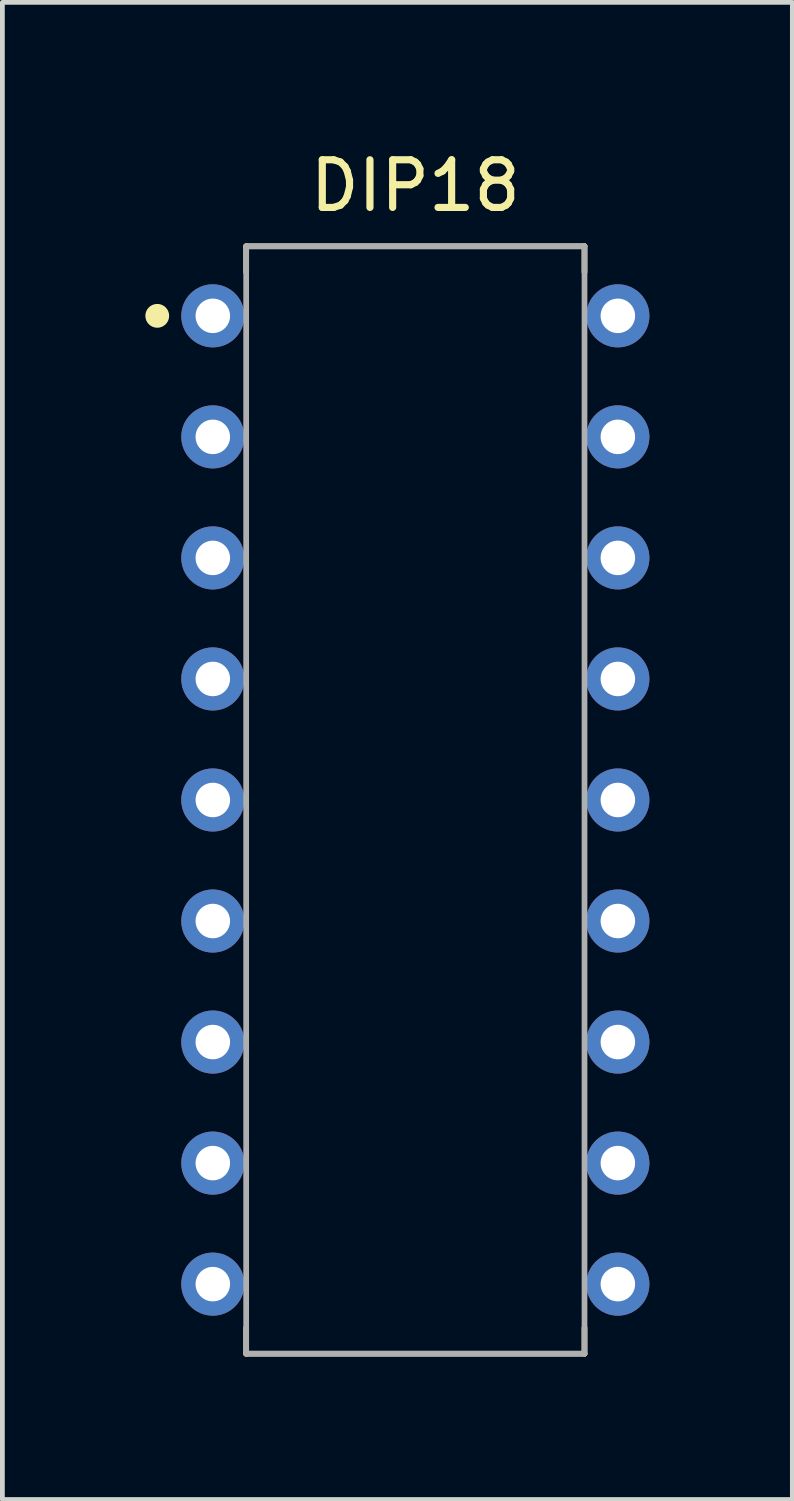
<source format=kicad_pcb>
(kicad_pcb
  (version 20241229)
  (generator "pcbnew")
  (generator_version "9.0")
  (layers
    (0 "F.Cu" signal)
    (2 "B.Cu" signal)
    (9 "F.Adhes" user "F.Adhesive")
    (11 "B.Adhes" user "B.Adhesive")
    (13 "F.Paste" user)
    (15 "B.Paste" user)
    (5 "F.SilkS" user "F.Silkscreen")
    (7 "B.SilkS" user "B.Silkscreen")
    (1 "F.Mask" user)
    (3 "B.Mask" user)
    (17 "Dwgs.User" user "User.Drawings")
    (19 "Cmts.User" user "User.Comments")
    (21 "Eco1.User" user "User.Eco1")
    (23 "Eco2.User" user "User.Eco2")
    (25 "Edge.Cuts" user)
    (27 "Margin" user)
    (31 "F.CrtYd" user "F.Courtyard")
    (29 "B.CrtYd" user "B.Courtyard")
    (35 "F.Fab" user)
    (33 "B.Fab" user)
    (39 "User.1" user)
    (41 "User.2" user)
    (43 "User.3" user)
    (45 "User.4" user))
  (footprint "DIP18"
    (layer "F.Cu")
    (at 5.666 13.738)
    (property "Reference" "DIP18" (at 0 -12.89 0) (layer "F.SilkS") (effects (font (size 1 1) (thickness 0.15))))
    (attr through_hole)
    (fp_line (start -3.55 -11.62) (end 3.55 -11.62) (stroke (width 0.12) (type solid)) (layer "F.SilkS"))
    (fp_line (start -3.55 -11.076) (end -3.55 -11.62) (stroke (width 0.12) (type solid)) (layer "F.SilkS"))
    (fp_line (start -3.55 11.076) (end -3.55 11.62) (stroke (width 0.12) (type solid)) (layer "F.SilkS"))
    (fp_line (start -3.55 11.62) (end 3.55 11.62) (stroke (width 0.12) (type solid)) (layer "F.SilkS"))
    (fp_line (start 3.55 -11.62) (end 3.55 -11.076) (stroke (width 0.12) (type solid)) (layer "F.SilkS"))
    (fp_line (start 3.55 11.62) (end 3.55 11.076) (stroke (width 0.12) (type solid)) (layer "F.SilkS"))
    (fp_circle (center -5.416 -10.16) (end -5.166 -10.16) (stroke (width 0) (type solid)) (fill yes) (layer "F.SilkS"))
    (fp_line (start -3.55 -11.62) (end 3.55 -11.62) (stroke (width 0.12) (type solid)) (layer "F.Fab"))
    (fp_line (start -3.55 11.62) (end -3.55 -11.62) (stroke (width 0.12) (type solid)) (layer "F.Fab"))
    (fp_line (start 3.55 -11.62) (end 3.55 11.62) (stroke (width 0.12) (type solid)) (layer "F.Fab"))
    (fp_line (start 3.55 11.62) (end -3.55 11.62) (stroke (width 0.12) (type solid)) (layer "F.Fab"))
    (pad "1" thru_hole circle (at -4.25 -10.16) (size 1.324 1.324) (drill 0.724) (layers "*.Cu" "*.Mask"))
    (pad "2" thru_hole circle (at -4.25 -7.62) (size 1.324 1.324) (drill 0.724) (layers "*.Cu" "*.Mask"))
    (pad "3" thru_hole circle (at -4.25 -5.08) (size 1.324 1.324) (drill 0.724) (layers "*.Cu" "*.Mask"))
    (pad "4" thru_hole circle (at -4.25 -2.54) (size 1.324 1.324) (drill 0.724) (layers "*.Cu" "*.Mask"))
    (pad "5" thru_hole circle (at -4.25 0) (size 1.324 1.324) (drill 0.724) (layers "*.Cu" "*.Mask"))
    (pad "6" thru_hole circle (at -4.25 2.54) (size 1.324 1.324) (drill 0.724) (layers "*.Cu" "*.Mask"))
    (pad "7" thru_hole circle (at -4.25 5.08) (size 1.324 1.324) (drill 0.724) (layers "*.Cu" "*.Mask"))
    (pad "8" thru_hole circle (at -4.25 7.62) (size 1.324 1.324) (drill 0.724) (layers "*.Cu" "*.Mask"))
    (pad "9" thru_hole circle (at -4.25 10.16) (size 1.324 1.324) (drill 0.724) (layers "*.Cu" "*.Mask"))
    (pad "10" thru_hole circle (at 4.25 10.16) (size 1.324 1.324) (drill 0.724) (layers "*.Cu" "*.Mask"))
    (pad "11" thru_hole circle (at 4.25 7.62) (size 1.324 1.324) (drill 0.724) (layers "*.Cu" "*.Mask"))
    (pad "12" thru_hole circle (at 4.25 5.08) (size 1.324 1.324) (drill 0.724) (layers "*.Cu" "*.Mask"))
    (pad "13" thru_hole circle (at 4.25 2.54) (size 1.324 1.324) (drill 0.724) (layers "*.Cu" "*.Mask"))
    (pad "14" thru_hole circle (at 4.25 0) (size 1.324 1.324) (drill 0.724) (layers "*.Cu" "*.Mask"))
    (pad "15" thru_hole circle (at 4.25 -2.54) (size 1.324 1.324) (drill 0.724) (layers "*.Cu" "*.Mask"))
    (pad "16" thru_hole circle (at 4.25 -5.08) (size 1.324 1.324) (drill 0.724) (layers "*.Cu" "*.Mask"))
    (pad "17" thru_hole circle (at 4.25 -7.62) (size 1.324 1.324) (drill 0.724) (layers "*.Cu" "*.Mask"))
    (pad "18" thru_hole circle (at 4.25 -10.16) (size 1.324 1.324) (drill 0.724) (layers "*.Cu" "*.Mask")))
  (gr_rect
    (start -3 -3)
    (end 13.578 28.418)
    (stroke (width 0.1) (type default))
    (fill no)
    (layer "Edge.Cuts")))
</source>
